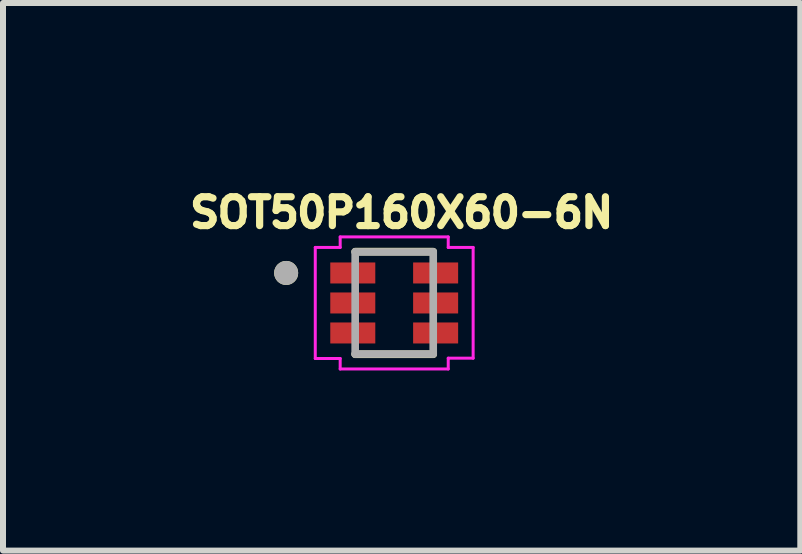
<source format=kicad_pcb>
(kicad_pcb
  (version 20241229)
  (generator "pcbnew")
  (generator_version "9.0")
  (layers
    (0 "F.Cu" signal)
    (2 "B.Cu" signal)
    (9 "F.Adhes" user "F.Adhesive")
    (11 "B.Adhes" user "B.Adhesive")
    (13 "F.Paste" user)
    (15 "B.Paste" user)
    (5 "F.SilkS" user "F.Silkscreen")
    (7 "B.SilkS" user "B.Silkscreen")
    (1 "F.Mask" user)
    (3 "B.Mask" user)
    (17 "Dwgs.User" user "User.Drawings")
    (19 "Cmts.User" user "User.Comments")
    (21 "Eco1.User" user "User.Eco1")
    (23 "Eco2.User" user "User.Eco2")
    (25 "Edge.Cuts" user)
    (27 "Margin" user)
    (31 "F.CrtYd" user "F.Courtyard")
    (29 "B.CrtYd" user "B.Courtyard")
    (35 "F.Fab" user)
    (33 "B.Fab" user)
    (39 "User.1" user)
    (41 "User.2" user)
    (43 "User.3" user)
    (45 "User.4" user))
  (footprint "SOT50P160X60-6N"
    (layer "F.Cu")
    (at 3.517 1.997)
    (property "Reference" "SOT50P160X60-6N" (at 0.124 -1.505 0) (layer "F.SilkS") (effects (font (size 0.48 0.48) (thickness 0.15))))
    (attr smd)
    (fp_line (start 0.65 -0.855) (end -0.65 -0.855) (stroke (width 0.127) (type solid)) (layer "F.SilkS"))
    (fp_line (start 0.65 0.855) (end -0.65 0.855) (stroke (width 0.127) (type solid)) (layer "F.SilkS"))
    (fp_circle (center -1.8 -0.5) (end -1.7 -0.5) (stroke (width 0.2) (type solid)) (fill no) (layer "F.SilkS"))
    (fp_line (start -1.315 -0.925) (end -0.9 -0.925) (stroke (width 0.05) (type solid)) (layer "F.CrtYd"))
    (fp_line (start -1.315 0.925) (end -1.315 -0.925) (stroke (width 0.05) (type solid)) (layer "F.CrtYd"))
    (fp_line (start -0.9 -1.1) (end 0.9 -1.1) (stroke (width 0.05) (type solid)) (layer "F.CrtYd"))
    (fp_line (start -0.9 -0.925) (end -0.9 -1.1) (stroke (width 0.05) (type solid)) (layer "F.CrtYd"))
    (fp_line (start -0.9 0.925) (end -1.315 0.925) (stroke (width 0.05) (type solid)) (layer "F.CrtYd"))
    (fp_line (start -0.9 1.1) (end -0.9 0.925) (stroke (width 0.05) (type solid)) (layer "F.CrtYd"))
    (fp_line (start 0.9 -1.1) (end 0.9 -0.925) (stroke (width 0.05) (type solid)) (layer "F.CrtYd"))
    (fp_line (start 0.9 -0.925) (end 1.315 -0.925) (stroke (width 0.05) (type solid)) (layer "F.CrtYd"))
    (fp_line (start 0.9 0.92) (end 0.9 1.1) (stroke (width 0.05) (type solid)) (layer "F.CrtYd"))
    (fp_line (start 0.9 1.1) (end -0.9 1.1) (stroke (width 0.05) (type solid)) (layer "F.CrtYd"))
    (fp_line (start 1.315 -0.925) (end 1.315 0.92) (stroke (width 0.05) (type solid)) (layer "F.CrtYd"))
    (fp_line (start 1.315 0.92) (end 0.9 0.92) (stroke (width 0.05) (type solid)) (layer "F.CrtYd"))
    (fp_line (start -0.65 -0.85) (end 0.65 -0.85) (stroke (width 0.127) (type solid)) (layer "F.Fab"))
    (fp_line (start -0.65 0.85) (end -0.65 -0.85) (stroke (width 0.127) (type solid)) (layer "F.Fab"))
    (fp_line (start 0.65 -0.85) (end 0.65 0.85) (stroke (width 0.127) (type solid)) (layer "F.Fab"))
    (fp_line (start 0.65 0.85) (end -0.65 0.85) (stroke (width 0.127) (type solid)) (layer "F.Fab"))
    (fp_circle (center -1.8 -0.5) (end -1.7 -0.5) (stroke (width 0.2) (type solid)) (fill no) (layer "F.Fab"))
    (pad "1" smd roundrect (at -0.69 -0.5) (size 0.75 0.35) (layers "F.Cu" "F.Mask" "F.Paste") (roundrect_rratio 0.01))
    (pad "2" smd roundrect (at -0.69 0) (size 0.75 0.35) (layers "F.Cu" "F.Mask" "F.Paste") (roundrect_rratio 0.01))
    (pad "3" smd roundrect (at -0.69 0.5) (size 0.75 0.35) (layers "F.Cu" "F.Mask" "F.Paste") (roundrect_rratio 0.01))
    (pad "4" smd roundrect (at 0.69 0.5) (size 0.75 0.35) (layers "F.Cu" "F.Mask" "F.Paste") (roundrect_rratio 0.01))
    (pad "5" smd roundrect (at 0.69 0) (size 0.75 0.35) (layers "F.Cu" "F.Mask" "F.Paste") (roundrect_rratio 0.01))
    (pad "6" smd roundrect (at 0.69 -0.5) (size 0.75 0.35) (layers "F.Cu" "F.Mask" "F.Paste") (roundrect_rratio 0.01)))
  (gr_rect
    (start -3 -3)
    (end 10.282 6.122)
    (stroke (width 0.1) (type default))
    (fill no)
    (layer "Edge.Cuts")))
</source>
